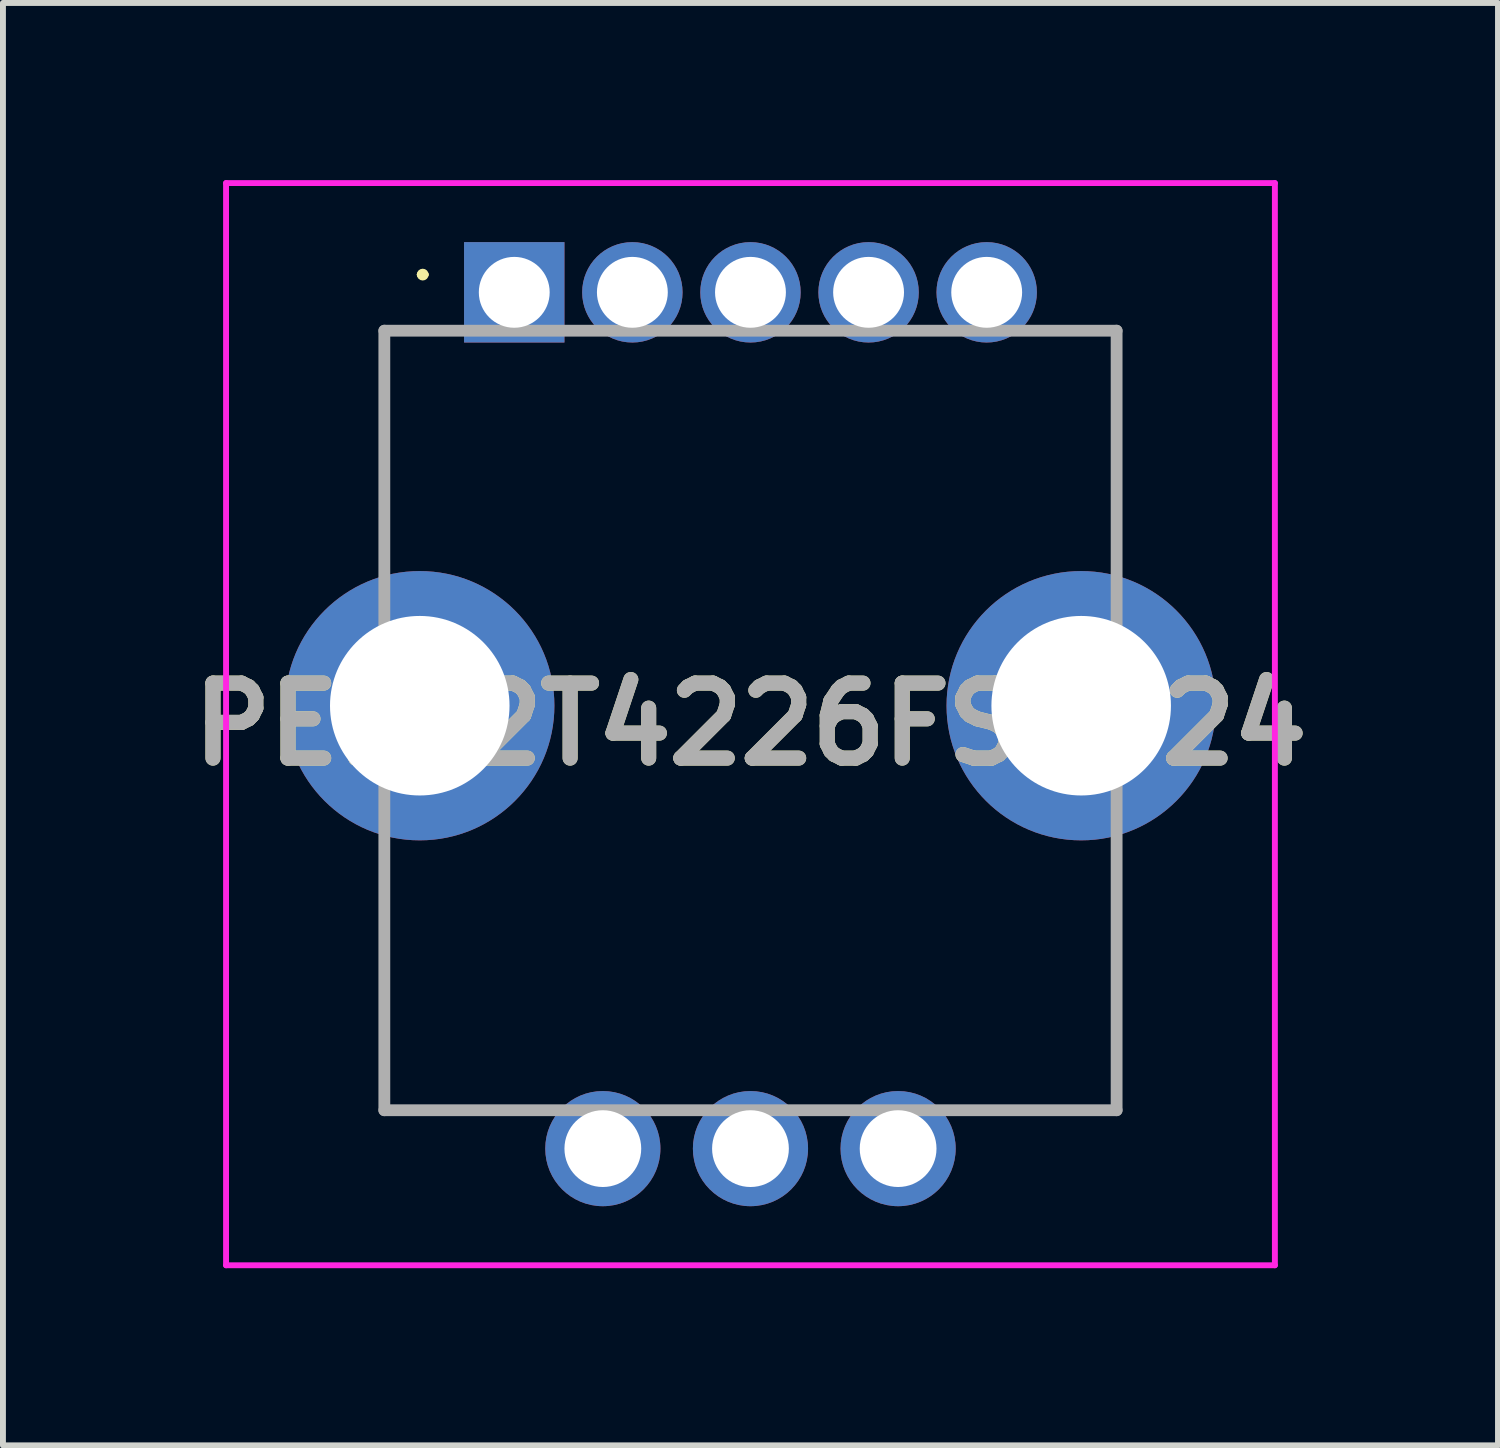
<source format=kicad_pcb>
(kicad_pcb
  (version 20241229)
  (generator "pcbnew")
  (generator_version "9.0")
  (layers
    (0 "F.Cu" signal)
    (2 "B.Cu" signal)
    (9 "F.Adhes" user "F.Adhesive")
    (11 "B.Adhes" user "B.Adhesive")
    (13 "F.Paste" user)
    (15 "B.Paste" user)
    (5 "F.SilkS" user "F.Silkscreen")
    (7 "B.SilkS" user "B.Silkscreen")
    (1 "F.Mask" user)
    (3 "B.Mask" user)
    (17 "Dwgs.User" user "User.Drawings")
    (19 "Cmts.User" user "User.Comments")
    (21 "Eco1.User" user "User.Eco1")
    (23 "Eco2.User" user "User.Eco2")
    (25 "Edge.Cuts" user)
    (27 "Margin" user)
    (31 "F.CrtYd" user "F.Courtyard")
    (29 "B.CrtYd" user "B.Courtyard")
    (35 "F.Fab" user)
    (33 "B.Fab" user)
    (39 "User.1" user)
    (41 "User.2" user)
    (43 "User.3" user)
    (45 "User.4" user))
  (footprint "PEL12T4226FS1024"
    (layer "F.Cu")
    (at 5.658 1.9)
    (property "Reference" "PEL12T4226FS1024" (at 4 7.313 0) (layer "F.SilkS") (effects (font (size 1.27 1.27) (thickness 0.254))))
    (attr through_hole)
    (fp_line (start -2.2 0.65) (end -2.2 4.55) (stroke (width 0.1) (type solid)) (layer "F.SilkS"))
    (fp_line (start -2.2 9.35) (end -2.2 13.85) (stroke (width 0.1) (type solid)) (layer "F.SilkS"))
    (fp_line (start -2.2 13.85) (end 0.4 13.85) (stroke (width 0.1) (type solid)) (layer "F.SilkS"))
    (fp_line (start -1.6 -0.3) (end -1.6 -0.3) (stroke (width 0.1) (type solid)) (layer "F.SilkS"))
    (fp_line (start -1.5 -0.3) (end -1.5 -0.3) (stroke (width 0.1) (type solid)) (layer "F.SilkS"))
    (fp_line (start -1.1 0.65) (end -2.2 0.65) (stroke (width 0.1) (type solid)) (layer "F.SilkS"))
    (fp_line (start 9.1 0.65) (end 10.2 0.65) (stroke (width 0.1) (type solid)) (layer "F.SilkS"))
    (fp_line (start 10.2 0.65) (end 10.2 4.25) (stroke (width 0.1) (type solid)) (layer "F.SilkS"))
    (fp_line (start 10.2 9.65) (end 10.2 13.85) (stroke (width 0.1) (type solid)) (layer "F.SilkS"))
    (fp_line (start 10.2 13.85) (end 7.6 13.85) (stroke (width 0.1) (type solid)) (layer "F.SilkS"))
    (fp_arc (start -1.6 -0.3) (mid -1.55 -0.35) (end -1.5 -0.3) (stroke (width 0.1) (type solid)) (layer "F.SilkS"))
    (fp_arc (start -1.5 -0.3) (mid -1.55 -0.25) (end -1.6 -0.3) (stroke (width 0.1) (type solid)) (layer "F.SilkS"))
    (fp_line (start -4.88 -1.85) (end 12.88 -1.85) (stroke (width 0.1) (type solid)) (layer "F.CrtYd"))
    (fp_line (start -4.88 16.475) (end -4.88 -1.85) (stroke (width 0.1) (type solid)) (layer "F.CrtYd"))
    (fp_line (start 12.88 -1.85) (end 12.88 16.475) (stroke (width 0.1) (type solid)) (layer "F.CrtYd"))
    (fp_line (start 12.88 16.475) (end -4.88 16.475) (stroke (width 0.1) (type solid)) (layer "F.CrtYd"))
    (fp_line (start -2.2 0.65) (end 10.2 0.65) (stroke (width 0.2) (type solid)) (layer "F.Fab"))
    (fp_line (start -2.2 13.85) (end -2.2 0.65) (stroke (width 0.2) (type solid)) (layer "F.Fab"))
    (fp_line (start 10.2 0.65) (end 10.2 13.85) (stroke (width 0.2) (type solid)) (layer "F.Fab"))
    (fp_line (start 10.2 13.85) (end -2.2 13.85) (stroke (width 0.2) (type solid)) (layer "F.Fab"))
    (fp_text user "${REFERENCE}" (at 4 7.313 0) (layer "F.Fab") (effects (font (size 1.27 1.27) (thickness 0.254))))
    (pad "1" thru_hole rect (at 0 0) (size 1.7 1.7) (drill 1.2) (layers "*.Cu" "*.Mask"))
    (pad "2" thru_hole circle (at 2 0) (size 1.7 1.7) (drill 1.2) (layers "*.Cu" "*.Mask"))
    (pad "3" thru_hole circle (at 4 0) (size 1.7 1.7) (drill 1.2) (layers "*.Cu" "*.Mask"))
    (pad "4" thru_hole circle (at 6 0) (size 1.7 1.7) (drill 1.2) (layers "*.Cu" "*.Mask"))
    (pad "5" thru_hole circle (at 8 0) (size 1.7 1.7) (drill 1.2) (layers "*.Cu" "*.Mask"))
    (pad "A1" thru_hole circle (at 1.5 14.5) (size 1.95 1.95) (drill 1.3) (layers "*.Cu" "*.Mask"))
    (pad "B1" thru_hole circle (at 6.5 14.5) (size 1.95 1.95) (drill 1.3) (layers "*.Cu" "*.Mask"))
    (pad "C1" thru_hole circle (at 4 14.5) (size 1.95 1.95) (drill 1.3) (layers "*.Cu" "*.Mask"))
    (pad "MH1" thru_hole circle (at -1.6 7) (size 4.56 4.56) (drill 3.04) (layers "*.Cu" "*.Mask"))
    (pad "MH2" thru_hole circle (at 9.6 7) (size 4.56 4.56) (drill 3.04) (layers "*.Cu" "*.Mask")))
  (gr_rect
    (start -3 -3)
    (end 22.316 21.425)
    (stroke (width 0.1) (type default))
    (fill no)
    (layer "Edge.Cuts")))
</source>
